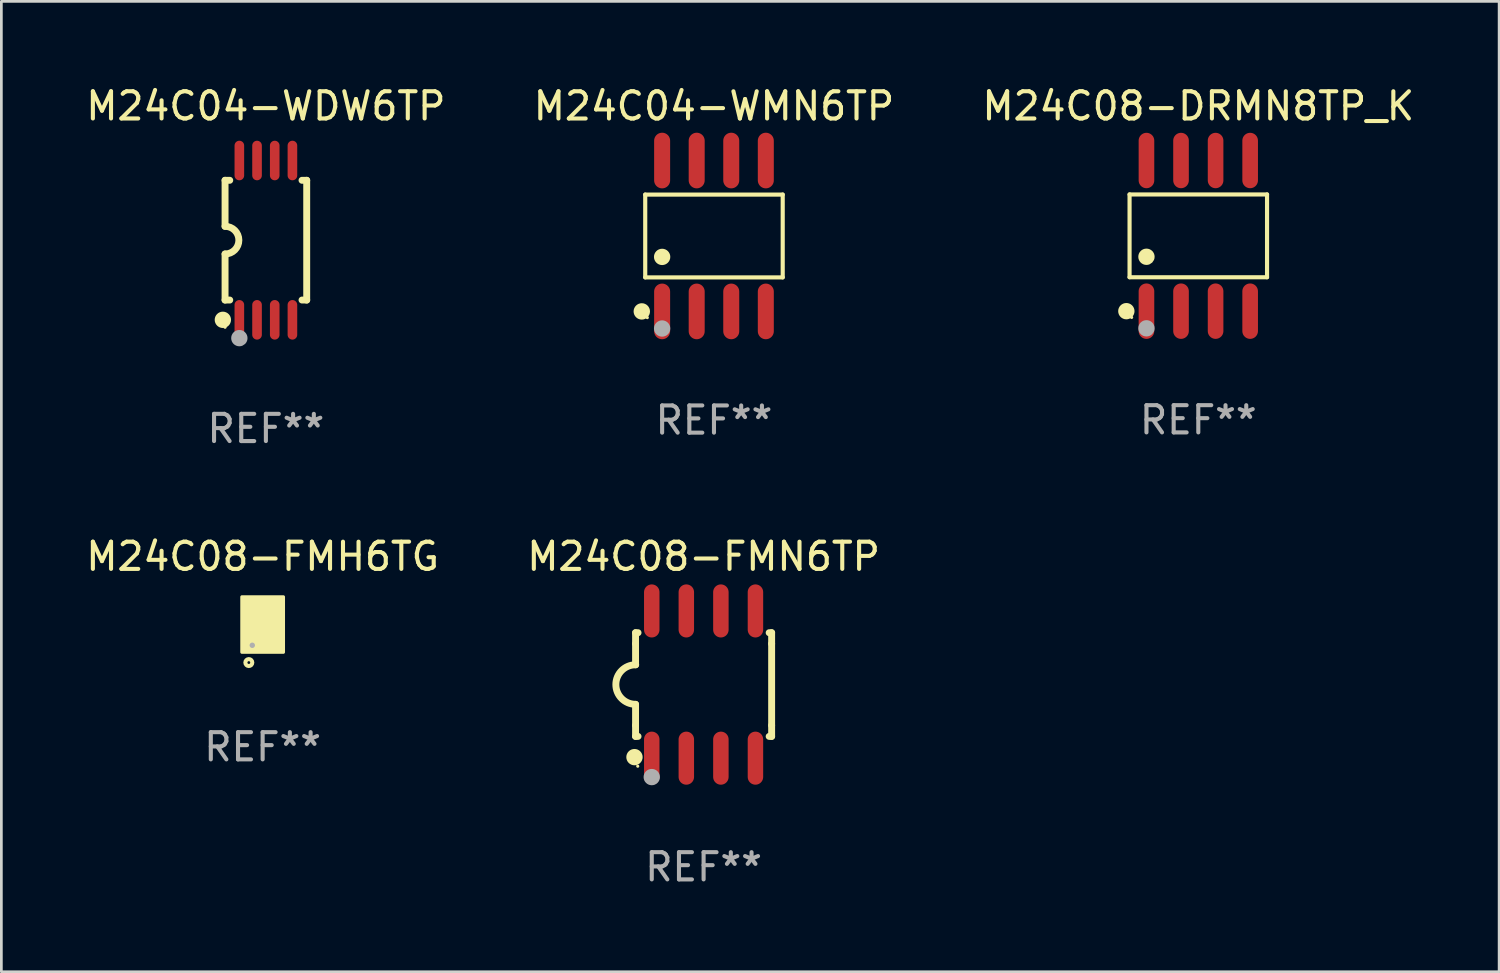
<source format=kicad_pcb>
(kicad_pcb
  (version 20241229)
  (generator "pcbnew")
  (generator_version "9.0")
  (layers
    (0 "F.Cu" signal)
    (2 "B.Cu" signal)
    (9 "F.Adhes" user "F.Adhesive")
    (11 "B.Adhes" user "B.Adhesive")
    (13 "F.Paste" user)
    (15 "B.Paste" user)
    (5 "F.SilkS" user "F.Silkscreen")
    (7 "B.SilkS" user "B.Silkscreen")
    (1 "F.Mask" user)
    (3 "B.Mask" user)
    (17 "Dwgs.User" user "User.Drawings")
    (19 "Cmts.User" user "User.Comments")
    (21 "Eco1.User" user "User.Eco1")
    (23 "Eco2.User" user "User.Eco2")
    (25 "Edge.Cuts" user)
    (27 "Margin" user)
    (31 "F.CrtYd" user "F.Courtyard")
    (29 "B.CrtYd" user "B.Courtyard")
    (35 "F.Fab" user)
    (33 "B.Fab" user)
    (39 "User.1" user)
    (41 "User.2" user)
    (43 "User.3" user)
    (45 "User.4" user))
  (footprint "M24C04-WMN6TP"
    (layer "F.Cu")
    (at 23.185 5.621)
    (property "Reference" "M24C04-WMN6TP" (at 0 -4.772 0) (layer "F.SilkS") (effects (font (size 1 1) (thickness 0.15))))
    (attr through_hole)
    (fp_line (start -2.526 -1.521) (end 2.526 -1.521) (stroke (width 0.152) (type solid)) (layer "F.SilkS"))
    (fp_line (start -2.526 1.521) (end -2.526 -1.521) (stroke (width 0.152) (type solid)) (layer "F.SilkS"))
    (fp_line (start 2.526 -1.521) (end 2.526 1.521) (stroke (width 0.152) (type solid)) (layer "F.SilkS"))
    (fp_line (start 2.526 1.521) (end -2.526 1.521) (stroke (width 0.152) (type solid)) (layer "F.SilkS"))
    (fp_circle (center -2.652 2.772) (end -2.501 2.772) (stroke (width 0.3) (type solid)) (fill no) (layer "F.SilkS"))
    (fp_circle (center -2.45 3) (end -2.42 3) (stroke (width 0.06) (type solid)) (fill no) (layer "F.SilkS"))
    (fp_circle (center -1.905 0.769) (end -1.755 0.769) (stroke (width 0.3) (type solid)) (fill no) (layer "F.SilkS"))
    (fp_circle (center -1.905 3.4) (end -1.755 3.4) (stroke (width 0.3) (type solid)) (fill no) (layer "F.Fab"))
    (fp_text user "REF**" (at 0 6.772 0) (layer "F.Fab") (effects (font (size 1 1) (thickness 0.15))))
    (pad "1" smd oval (at -1.905 2.772) (size 0.588 2.045) (layers "F.Cu" "F.Mask" "F.Paste"))
    (pad "2" smd oval (at -0.635 2.772) (size 0.588 2.045) (layers "F.Cu" "F.Mask" "F.Paste"))
    (pad "3" smd oval (at 0.635 2.772) (size 0.588 2.045) (layers "F.Cu" "F.Mask" "F.Paste"))
    (pad "4" smd oval (at 1.905 2.772) (size 0.588 2.045) (layers "F.Cu" "F.Mask" "F.Paste"))
    (pad "5" smd oval (at 1.905 -2.772) (size 0.588 2.045) (layers "F.Cu" "F.Mask" "F.Paste"))
    (pad "6" smd oval (at 0.635 -2.772) (size 0.588 2.045) (layers "F.Cu" "F.Mask" "F.Paste"))
    (pad "7" smd oval (at -0.635 -2.772) (size 0.588 2.045) (layers "F.Cu" "F.Mask" "F.Paste"))
    (pad "8" smd oval (at -1.905 -2.772) (size 0.588 2.045) (layers "F.Cu" "F.Mask" "F.Paste")))
  (footprint "M24C04-WDW6TP"
    (layer "F.Cu")
    (at 6.72 5.775)
    (property "Reference" "M24C04-WDW6TP" (at 0 -4.927 0) (layer "F.SilkS") (effects (font (size 1 1) (thickness 0.15))))
    (attr through_hole)
    (fp_line (start -1.5 -2.2) (end -1.5 -0.508) (stroke (width 0.254) (type solid)) (layer "F.SilkS"))
    (fp_line (start -1.5 -2.2) (end -1.328 -2.2) (stroke (width 0.254) (type solid)) (layer "F.SilkS"))
    (fp_line (start -1.5 2.2) (end -1.5 0.508) (stroke (width 0.254) (type solid)) (layer "F.SilkS"))
    (fp_line (start -1.5 2.2) (end -1.328 2.2) (stroke (width 0.254) (type solid)) (layer "F.SilkS"))
    (fp_line (start 1.328 -2.2) (end 1.5 -2.2) (stroke (width 0.254) (type solid)) (layer "F.SilkS"))
    (fp_line (start 1.328 2.2) (end 1.5 2.2) (stroke (width 0.254) (type solid)) (layer "F.SilkS"))
    (fp_line (start 1.5 -2.2) (end 1.5 2.2) (stroke (width 0.254) (type solid)) (layer "F.SilkS"))
    (fp_arc (start -1.501144 -0.508) (mid -0.993143 -0.000571) (end -1.5 0.508001) (stroke (width 0.254001) (type solid)) (layer "F.SilkS"))
    (fp_circle (center -1.581 2.927) (end -1.431 2.927) (stroke (width 0.3) (type solid)) (fill no) (layer "F.SilkS"))
    (fp_circle (center -1.5 3.2) (end -1.47 3.2) (stroke (width 0.06) (type solid)) (fill no) (layer "F.SilkS"))
    (fp_circle (center -0.975 3.6) (end -0.825 3.6) (stroke (width 0.3) (type solid)) (fill no) (layer "F.Fab"))
    (fp_text user "REF**" (at 0 6.927 0) (layer "F.Fab") (effects (font (size 1 1) (thickness 0.15))))
    (pad "1" smd oval (at -0.975 2.927) (size 0.353 1.454) (layers "F.Cu" "F.Mask" "F.Paste"))
    (pad "2" smd oval (at -0.325 2.927) (size 0.353 1.454) (layers "F.Cu" "F.Mask" "F.Paste"))
    (pad "3" smd oval (at 0.325 2.927) (size 0.353 1.454) (layers "F.Cu" "F.Mask" "F.Paste"))
    (pad "4" smd oval (at 0.975 2.927) (size 0.353 1.454) (layers "F.Cu" "F.Mask" "F.Paste"))
    (pad "5" smd oval (at 0.975 -2.927) (size 0.353 1.454) (layers "F.Cu" "F.Mask" "F.Paste"))
    (pad "6" smd oval (at 0.325 -2.927) (size 0.353 1.454) (layers "F.Cu" "F.Mask" "F.Paste"))
    (pad "7" smd oval (at -0.325 -2.927) (size 0.353 1.454) (layers "F.Cu" "F.Mask" "F.Paste"))
    (pad "8" smd oval (at -0.975 -2.927) (size 0.353 1.454) (layers "F.Cu" "F.Mask" "F.Paste")))
  (footprint "M24C08-FMN6TP"
    (layer "F.Cu")
    (at 22.804 22.104)
    (property "Reference" "M24C08-FMN6TP" (at 0 -4.705 0) (layer "F.SilkS") (effects (font (size 1 1) (thickness 0.15))))
    (attr through_hole)
    (fp_line (start -2.5 -1.905) (end -2.409 -1.905) (stroke (width 0.254) (type solid)) (layer "F.SilkS"))
    (fp_line (start -2.5 -1.5) (end -2.5 -1.905) (stroke (width 0.254) (type solid)) (layer "F.SilkS"))
    (fp_line (start -2.5 -1.5) (end -2.5 -0.726) (stroke (width 0.254) (type solid)) (layer "F.SilkS"))
    (fp_line (start -2.5 1.5) (end -2.5 0.727) (stroke (width 0.254) (type solid)) (layer "F.SilkS"))
    (fp_line (start -2.5 1.5) (end -2.5 1.905) (stroke (width 0.254) (type solid)) (layer "F.SilkS"))
    (fp_line (start -2.5 1.905) (end -2.409 1.905) (stroke (width 0.254) (type solid)) (layer "F.SilkS"))
    (fp_line (start 2.5 -1.905) (end 2.409 -1.905) (stroke (width 0.254) (type solid)) (layer "F.SilkS"))
    (fp_line (start 2.5 -1.5) (end 2.5 -1.905) (stroke (width 0.254) (type solid)) (layer "F.SilkS"))
    (fp_line (start 2.5 -1.5) (end 2.5 1.5) (stroke (width 0.254) (type solid)) (layer "F.SilkS"))
    (fp_line (start 2.5 1.5) (end 2.5 1.905) (stroke (width 0.254) (type solid)) (layer "F.SilkS"))
    (fp_line (start 2.5 1.905) (end 2.409 1.905) (stroke (width 0.254) (type solid)) (layer "F.SilkS"))
    (fp_arc (start -2.5 0.726568) (mid -3.220316 -0.0023) (end -2.495097 -0.726289) (stroke (width 0.254001) (type solid)) (layer "F.SilkS"))
    (fp_circle (center -2.54 2.667) (end -2.39 2.667) (stroke (width 0.3) (type solid)) (fill no) (layer "F.SilkS"))
    (fp_circle (center -2.42 3) (end -2.39 3) (stroke (width 0.06) (type solid)) (fill no) (layer "F.SilkS"))
    (fp_circle (center -1.905 3.4) (end -1.755 3.4) (stroke (width 0.3) (type solid)) (fill no) (layer "F.Fab"))
    (fp_text user "REF**" (at 0 6.705 0) (layer "F.Fab") (effects (font (size 1 1) (thickness 0.15))))
    (pad "1" smd oval (at -1.905 2.705) (size 0.568 1.95) (layers "F.Cu" "F.Mask" "F.Paste"))
    (pad "2" smd oval (at -0.635 2.705) (size 0.568 1.95) (layers "F.Cu" "F.Mask" "F.Paste"))
    (pad "3" smd oval (at 0.635 2.705) (size 0.568 1.95) (layers "F.Cu" "F.Mask" "F.Paste"))
    (pad "4" smd oval (at 1.905 2.705) (size 0.568 1.95) (layers "F.Cu" "F.Mask" "F.Paste"))
    (pad "5" smd oval (at 1.905 -2.705) (size 0.568 1.95) (layers "F.Cu" "F.Mask" "F.Paste"))
    (pad "6" smd oval (at 0.635 -2.705) (size 0.568 1.95) (layers "F.Cu" "F.Mask" "F.Paste"))
    (pad "7" smd oval (at -0.635 -2.705) (size 0.568 1.95) (layers "F.Cu" "F.Mask" "F.Paste"))
    (pad "8" smd oval (at -1.905 -2.705) (size 0.568 1.95) (layers "F.Cu" "F.Mask" "F.Paste")))
  (footprint "M24C08-FMH6TG"
    (layer "F.Cu")
    (at 6.601 19.899)
    (property "Reference" "M24C08-FMH6TG" (at 0 -2.5 0) (layer "F.SilkS") (effects (font (size 1 1) (thickness 0.15))))
    (attr through_hole)
    (fp_circle (center -0.7 0.85) (end -0.67 0.85) (stroke (width 0.06) (type solid)) (fill no) (layer "F.SilkS"))
    (fp_circle (center -0.508 1.397) (end -0.381 1.397) (stroke (width 0.15) (type solid)) (fill no) (layer "F.SilkS"))
    (fp_poly (pts (xy -0.762 -1.016) (xy 0.762 -1.016) (xy 0.762 1.016) (xy -0.762 1.016)) (stroke (width 0.12) (type solid)) (fill yes) (layer "F.SilkS"))
    (fp_circle (center -0.381 0.762) (end -0.331 0.762) (stroke (width 0.1) (type solid)) (fill no) (layer "F.Fab"))
    (fp_text user "REF**" (at 0 4.5 0) (layer "F.Fab") (effects (font (size 1 1) (thickness 0.15))))
    (pad "1" smd rect (at -0.4 0.5 90) (size 0.6 0.2) (layers "F.Cu" "F.Mask" "F.Paste"))
    (pad "2" smd rect (at 0 0.000127 90) (size 1.6 0.2) (layers "F.Cu" "F.Mask" "F.Paste"))
    (pad "3" smd rect (at 0.4 0.5 90) (size 0.6 0.2) (layers "F.Cu" "F.Mask" "F.Paste"))
    (pad "4" smd rect (at 0.4 -0.5 90) (size 0.6 0.2) (layers "F.Cu" "F.Mask" "F.Paste"))
    (pad "5" smd rect (at -0.4 -0.5 90) (size 0.6 0.2) (layers "F.Cu" "F.Mask" "F.Paste")))
  (footprint "M24C08-DRMN8TP_K"
    (layer "F.Cu")
    (at 40.982 5.616)
    (property "Reference" "M24C08-DRMN8TP_K" (at 0 -4.768 0) (layer "F.SilkS") (effects (font (size 1 1) (thickness 0.15))))
    (attr through_hole)
    (fp_line (start -2.526 -1.521) (end 2.526 -1.521) (stroke (width 0.152) (type solid)) (layer "F.SilkS"))
    (fp_line (start -2.526 1.521) (end -2.526 -1.521) (stroke (width 0.152) (type solid)) (layer "F.SilkS"))
    (fp_line (start 2.526 -1.521) (end 2.526 1.521) (stroke (width 0.152) (type solid)) (layer "F.SilkS"))
    (fp_line (start 2.526 1.521) (end -2.526 1.521) (stroke (width 0.152) (type solid)) (layer "F.SilkS"))
    (fp_circle (center -2.644 2.768) (end -2.494 2.768) (stroke (width 0.3) (type solid)) (fill no) (layer "F.SilkS"))
    (fp_circle (center -2.45 2.998) (end -2.42 2.998) (stroke (width 0.06) (type solid)) (fill no) (layer "F.SilkS"))
    (fp_circle (center -1.905 0.769) (end -1.755 0.769) (stroke (width 0.3) (type solid)) (fill no) (layer "F.SilkS"))
    (fp_circle (center -1.905 3.398) (end -1.755 3.398) (stroke (width 0.3) (type solid)) (fill no) (layer "F.Fab"))
    (fp_text user "REF**" (at 0 6.768 0) (layer "F.Fab") (effects (font (size 1 1) (thickness 0.15))))
    (pad "1" smd oval (at -1.905 2.768) (size 0.574 2.036) (layers "F.Cu" "F.Mask" "F.Paste"))
    (pad "2" smd oval (at -0.635 2.768) (size 0.574 2.036) (layers "F.Cu" "F.Mask" "F.Paste"))
    (pad "3" smd oval (at 0.635 2.768) (size 0.574 2.036) (layers "F.Cu" "F.Mask" "F.Paste"))
    (pad "4" smd oval (at 1.905 2.768) (size 0.574 2.036) (layers "F.Cu" "F.Mask" "F.Paste"))
    (pad "5" smd oval (at 1.905 -2.768) (size 0.574 2.036) (layers "F.Cu" "F.Mask" "F.Paste"))
    (pad "6" smd oval (at 0.635 -2.768) (size 0.574 2.036) (layers "F.Cu" "F.Mask" "F.Paste"))
    (pad "7" smd oval (at -0.635 -2.768) (size 0.574 2.036) (layers "F.Cu" "F.Mask" "F.Paste"))
    (pad "8" smd oval (at -1.905 -2.768) (size 0.574 2.036) (layers "F.Cu" "F.Mask" "F.Paste")))
  (gr_rect
    (start -3 -3)
    (end 52.036 32.657)
    (stroke (width 0.1) (type default))
    (fill no)
    (layer "Edge.Cuts")))
</source>
